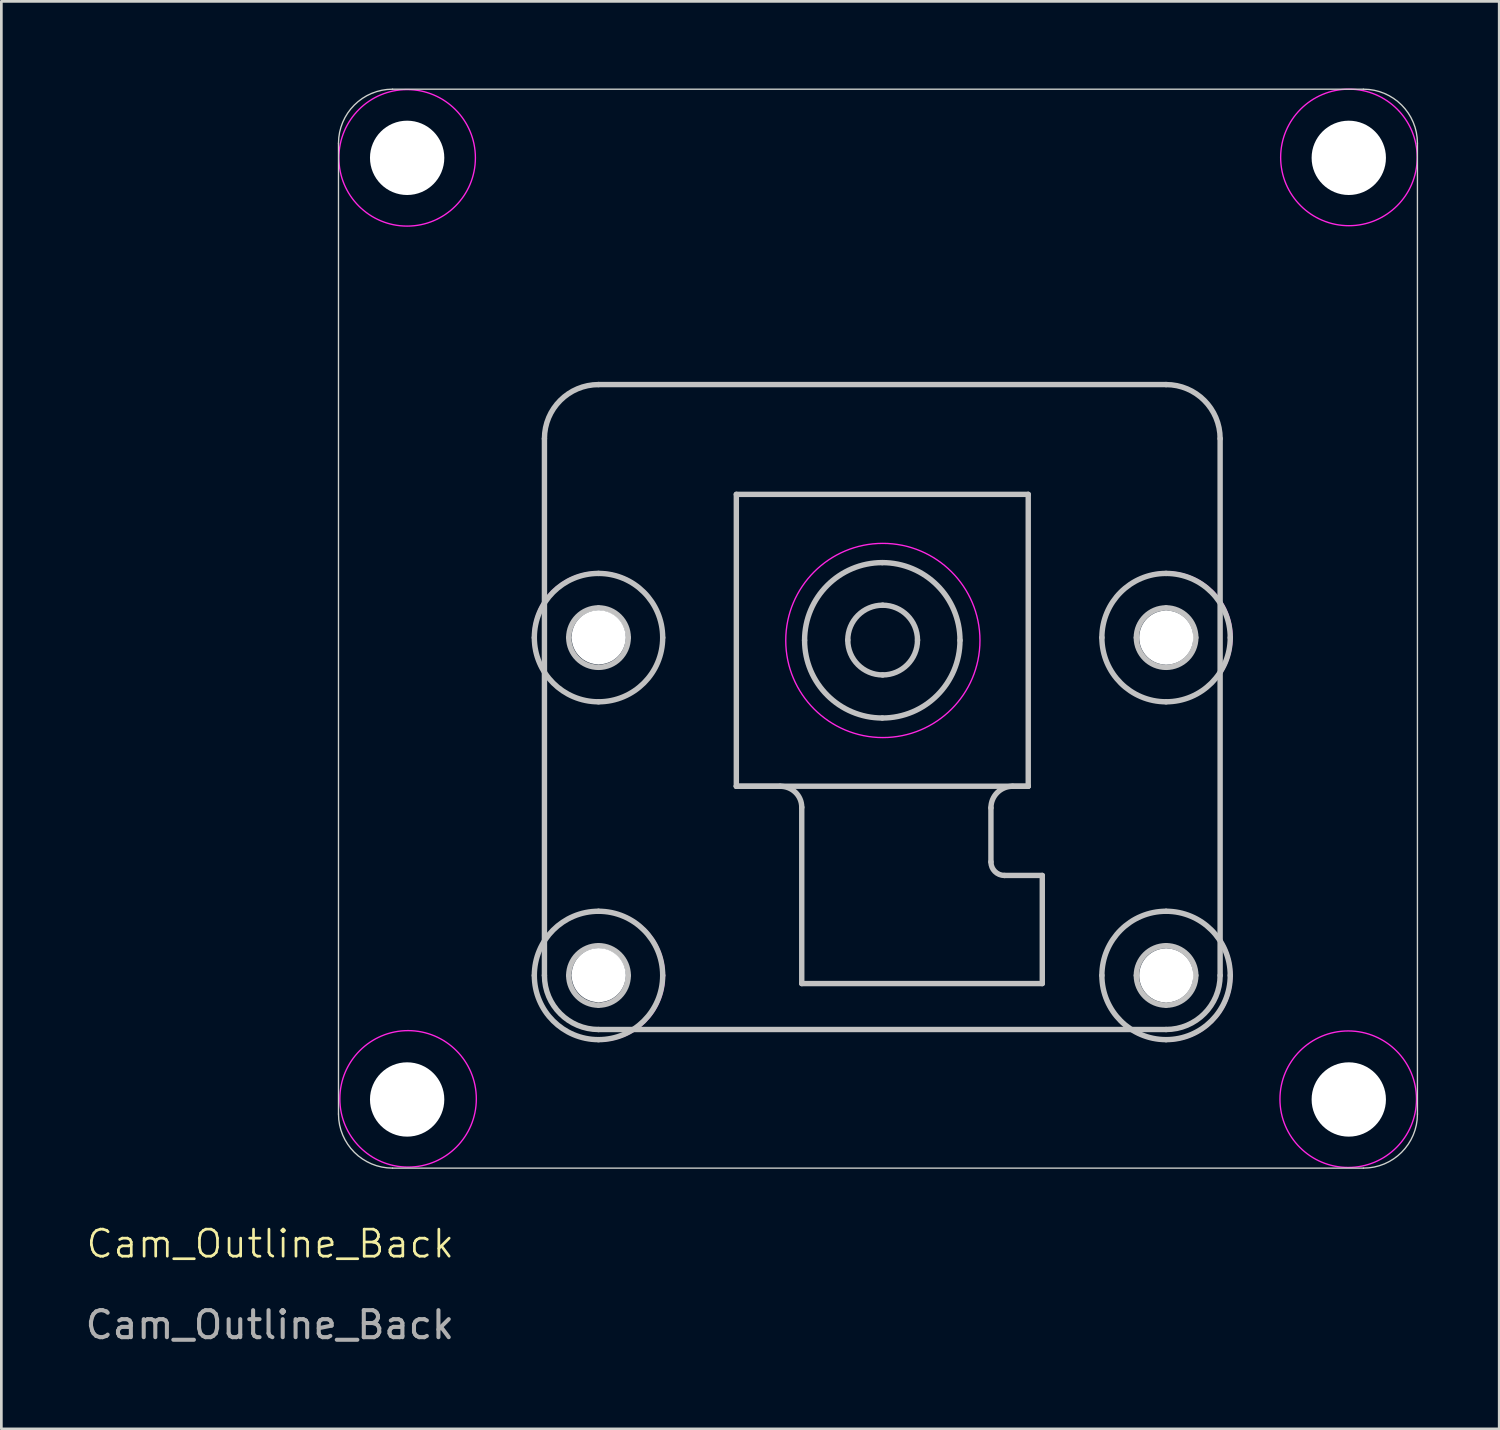
<source format=kicad_pcb>
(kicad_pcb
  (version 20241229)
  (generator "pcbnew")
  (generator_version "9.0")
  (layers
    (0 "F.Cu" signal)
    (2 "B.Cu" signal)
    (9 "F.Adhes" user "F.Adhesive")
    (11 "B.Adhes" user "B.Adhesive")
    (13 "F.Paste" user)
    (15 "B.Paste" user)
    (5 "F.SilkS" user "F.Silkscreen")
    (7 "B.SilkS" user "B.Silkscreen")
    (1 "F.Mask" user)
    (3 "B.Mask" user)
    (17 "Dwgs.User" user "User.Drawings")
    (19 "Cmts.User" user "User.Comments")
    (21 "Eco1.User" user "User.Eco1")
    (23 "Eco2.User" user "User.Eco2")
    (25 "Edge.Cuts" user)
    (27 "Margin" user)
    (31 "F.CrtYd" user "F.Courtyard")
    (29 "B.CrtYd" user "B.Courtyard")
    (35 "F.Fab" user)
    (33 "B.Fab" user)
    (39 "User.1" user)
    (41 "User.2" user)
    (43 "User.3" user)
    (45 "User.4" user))
  (footprint "Cam_Outline_Back"
    (layer "F.Cu")
    (at 9.489 0.25)
    (property "Reference" "Cam_Outline_Back" (at -2.54 42.72 0) (unlocked yes) (layer "F.SilkS") (effects (font (size 1 1) (thickness 0.1))))
    (attr smd)
    (fp_line (start 7.605 32.79) (end 7.605 12.93) (stroke (width 0.2) (type solid)) (layer "Dwgs.User"))
    (fp_line (start 9.606 10.929) (end 30.604 10.929) (stroke (width 0.2) (type solid)) (layer "Dwgs.User"))
    (fp_line (start 14.705 14.991) (end 25.505 14.991) (stroke (width 0.2) (type solid)) (layer "Dwgs.User"))
    (fp_line (start 14.705 25.791) (end 14.705 14.991) (stroke (width 0.2) (type solid)) (layer "Dwgs.User"))
    (fp_line (start 14.705 25.791) (end 16.325 25.791) (stroke (width 0.2) (type solid)) (layer "Dwgs.User"))
    (fp_line (start 17.125 26.57) (end 17.125 33.091) (stroke (width 0.2) (type solid)) (layer "Dwgs.User"))
    (fp_line (start 17.125 33.091) (end 26.025 33.091) (stroke (width 0.2) (type solid)) (layer "Dwgs.User"))
    (fp_line (start 24.125 28.591) (end 24.125 26.591) (stroke (width 0.2) (type solid)) (layer "Dwgs.User"))
    (fp_line (start 24.925 25.791) (end 25.505 25.791) (stroke (width 0.2) (type solid)) (layer "Dwgs.User"))
    (fp_line (start 25.505 14.991) (end 25.505 25.791) (stroke (width 0.2) (type solid)) (layer "Dwgs.User"))
    (fp_line (start 25.505 25.791) (end 14.705 25.791) (stroke (width 0.2) (type solid)) (layer "Dwgs.User"))
    (fp_line (start 26.025 29.091) (end 24.625 29.091) (stroke (width 0.2) (type solid)) (layer "Dwgs.User"))
    (fp_line (start 26.025 33.091) (end 26.025 29.091) (stroke (width 0.2) (type solid)) (layer "Dwgs.User"))
    (fp_line (start 30.604 34.791) (end 9.606 34.791) (stroke (width 0.2) (type solid)) (layer "Dwgs.User"))
    (fp_line (start 32.605 12.93) (end 32.605 32.79) (stroke (width 0.2) (type solid)) (layer "Dwgs.User"))
    (fp_curve (pts (xy 7.231 20.291) (xy 7.231 21.603) (xy 8.294 22.666) (xy 9.605 22.666)) (stroke (width 0.2) (type solid)) (layer "Dwgs.User"))
    (fp_curve (pts (xy 7.231 32.791) (xy 7.231 34.103) (xy 8.294 35.166) (xy 9.605 35.166)) (stroke (width 0.2) (type solid)) (layer "Dwgs.User"))
    (fp_curve (pts (xy 7.605 12.93) (xy 7.605 11.825) (xy 8.501 10.929) (xy 9.606 10.929)) (stroke (width 0.2) (type solid)) (layer "Dwgs.User"))
    (fp_curve (pts (xy 8.505 20.291) (xy 8.505 20.899) (xy 8.998 21.391) (xy 9.605 21.391)) (stroke (width 0.2) (type solid)) (layer "Dwgs.User"))
    (fp_curve (pts (xy 8.505 32.791) (xy 8.505 33.399) (xy 8.998 33.891) (xy 9.605 33.891)) (stroke (width 0.2) (type solid)) (layer "Dwgs.User"))
    (fp_curve (pts (xy 9.605 17.916) (xy 8.294 17.916) (xy 7.231 18.979) (xy 7.231 20.291)) (stroke (width 0.2) (type solid)) (layer "Dwgs.User"))
    (fp_curve (pts (xy 9.605 19.191) (xy 8.998 19.191) (xy 8.505 19.684) (xy 8.505 20.291)) (stroke (width 0.2) (type solid)) (layer "Dwgs.User"))
    (fp_curve (pts (xy 9.605 21.391) (xy 10.213 21.391) (xy 10.705 20.899) (xy 10.705 20.291)) (stroke (width 0.2) (type solid)) (layer "Dwgs.User"))
    (fp_curve (pts (xy 9.605 22.666) (xy 10.917 22.666) (xy 11.98 21.603) (xy 11.98 20.291)) (stroke (width 0.2) (type solid)) (layer "Dwgs.User"))
    (fp_curve (pts (xy 9.605 30.416) (xy 8.294 30.416) (xy 7.231 31.479) (xy 7.231 32.791)) (stroke (width 0.2) (type solid)) (layer "Dwgs.User"))
    (fp_curve (pts (xy 9.605 31.691) (xy 8.998 31.691) (xy 8.505 32.184) (xy 8.505 32.791)) (stroke (width 0.2) (type solid)) (layer "Dwgs.User"))
    (fp_curve (pts (xy 9.605 33.891) (xy 10.213 33.891) (xy 10.705 33.399) (xy 10.705 32.791)) (stroke (width 0.2) (type solid)) (layer "Dwgs.User"))
    (fp_curve (pts (xy 9.605 35.166) (xy 10.917 35.166) (xy 11.98 34.103) (xy 11.98 32.791)) (stroke (width 0.2) (type solid)) (layer "Dwgs.User"))
    (fp_curve (pts (xy 9.606 34.791) (xy 8.501 34.791) (xy 7.605 33.895) (xy 7.605 32.79)) (stroke (width 0.2) (type solid)) (layer "Dwgs.User"))
    (fp_curve (pts (xy 10.705 20.291) (xy 10.705 19.684) (xy 10.213 19.191) (xy 9.605 19.191)) (stroke (width 0.2) (type solid)) (layer "Dwgs.User"))
    (fp_curve (pts (xy 10.705 32.791) (xy 10.705 32.184) (xy 10.213 31.691) (xy 9.605 31.691)) (stroke (width 0.2) (type solid)) (layer "Dwgs.User"))
    (fp_curve (pts (xy 11.98 20.291) (xy 11.98 18.979) (xy 10.917 17.916) (xy 9.605 17.916)) (stroke (width 0.2) (type solid)) (layer "Dwgs.User"))
    (fp_curve (pts (xy 11.98 32.791) (xy 11.98 31.479) (xy 10.917 30.416) (xy 9.605 30.416)) (stroke (width 0.2) (type solid)) (layer "Dwgs.User"))
    (fp_curve (pts (xy 16.325 25.791) (xy 16.767 25.791) (xy 17.125 26.128) (xy 17.125 26.57)) (stroke (width 0.2) (type solid)) (layer "Dwgs.User"))
    (fp_curve (pts (xy 17.23 20.391) (xy 17.23 18.803) (xy 18.517 17.516) (xy 20.105 17.516)) (stroke (width 0.2) (type solid)) (layer "Dwgs.User"))
    (fp_curve (pts (xy 18.828 20.382) (xy 18.828 19.669) (xy 19.406 19.092) (xy 20.118 19.092)) (stroke (width 0.2) (type solid)) (layer "Dwgs.User"))
    (fp_curve (pts (xy 20.105 17.516) (xy 21.693 17.516) (xy 22.98 18.803) (xy 22.98 20.391)) (stroke (width 0.2) (type solid)) (layer "Dwgs.User"))
    (fp_curve (pts (xy 20.105 23.266) (xy 18.517 23.266) (xy 17.23 21.979) (xy 17.23 20.391)) (stroke (width 0.2) (type solid)) (layer "Dwgs.User"))
    (fp_curve (pts (xy 20.118 19.092) (xy 20.831 19.092) (xy 21.408 19.669) (xy 21.408 20.382)) (stroke (width 0.2) (type solid)) (layer "Dwgs.User"))
    (fp_curve (pts (xy 20.118 21.672) (xy 19.406 21.672) (xy 18.828 21.095) (xy 18.828 20.382)) (stroke (width 0.2) (type solid)) (layer "Dwgs.User"))
    (fp_curve (pts (xy 21.408 20.382) (xy 21.408 21.095) (xy 20.831 21.672) (xy 20.118 21.672)) (stroke (width 0.2) (type solid)) (layer "Dwgs.User"))
    (fp_curve (pts (xy 22.98 20.391) (xy 22.98 21.979) (xy 21.693 23.266) (xy 20.105 23.266)) (stroke (width 0.2) (type solid)) (layer "Dwgs.User"))
    (fp_curve (pts (xy 24.125 26.591) (xy 24.125 26.149) (xy 24.483 25.791) (xy 24.925 25.791)) (stroke (width 0.2) (type solid)) (layer "Dwgs.User"))
    (fp_curve (pts (xy 24.625 29.091) (xy 24.349 29.091) (xy 24.125 28.867) (xy 24.125 28.591)) (stroke (width 0.2) (type solid)) (layer "Dwgs.User"))
    (fp_curve (pts (xy 28.23 20.291) (xy 28.23 21.603) (xy 29.294 22.666) (xy 30.605 22.666)) (stroke (width 0.2) (type solid)) (layer "Dwgs.User"))
    (fp_curve (pts (xy 28.23 32.791) (xy 28.23 34.103) (xy 29.294 35.166) (xy 30.605 35.166)) (stroke (width 0.2) (type solid)) (layer "Dwgs.User"))
    (fp_curve (pts (xy 29.505 20.291) (xy 29.505 20.899) (xy 29.998 21.391) (xy 30.605 21.391)) (stroke (width 0.2) (type solid)) (layer "Dwgs.User"))
    (fp_curve (pts (xy 29.505 32.791) (xy 29.505 33.399) (xy 29.998 33.891) (xy 30.605 33.891)) (stroke (width 0.2) (type solid)) (layer "Dwgs.User"))
    (fp_curve (pts (xy 30.604 10.929) (xy 31.709 10.929) (xy 32.605 11.825) (xy 32.605 12.93)) (stroke (width 0.2) (type solid)) (layer "Dwgs.User"))
    (fp_curve (pts (xy 30.605 17.916) (xy 29.294 17.916) (xy 28.23 18.979) (xy 28.23 20.291)) (stroke (width 0.2) (type solid)) (layer "Dwgs.User"))
    (fp_curve (pts (xy 30.605 19.191) (xy 29.998 19.191) (xy 29.505 19.684) (xy 29.505 20.291)) (stroke (width 0.2) (type solid)) (layer "Dwgs.User"))
    (fp_curve (pts (xy 30.605 21.391) (xy 31.213 21.391) (xy 31.705 20.899) (xy 31.705 20.291)) (stroke (width 0.2) (type solid)) (layer "Dwgs.User"))
    (fp_curve (pts (xy 30.605 22.666) (xy 31.917 22.666) (xy 32.98 21.603) (xy 32.98 20.291)) (stroke (width 0.2) (type solid)) (layer "Dwgs.User"))
    (fp_curve (pts (xy 30.605 30.416) (xy 29.294 30.416) (xy 28.23 31.479) (xy 28.23 32.791)) (stroke (width 0.2) (type solid)) (layer "Dwgs.User"))
    (fp_curve (pts (xy 30.605 31.691) (xy 29.998 31.691) (xy 29.505 32.184) (xy 29.505 32.791)) (stroke (width 0.2) (type solid)) (layer "Dwgs.User"))
    (fp_curve (pts (xy 30.605 33.891) (xy 31.213 33.891) (xy 31.705 33.399) (xy 31.705 32.791)) (stroke (width 0.2) (type solid)) (layer "Dwgs.User"))
    (fp_curve (pts (xy 30.605 35.166) (xy 31.917 35.166) (xy 32.98 34.103) (xy 32.98 32.791)) (stroke (width 0.2) (type solid)) (layer "Dwgs.User"))
    (fp_curve (pts (xy 31.705 20.291) (xy 31.705 19.684) (xy 31.213 19.191) (xy 30.605 19.191)) (stroke (width 0.2) (type solid)) (layer "Dwgs.User"))
    (fp_curve (pts (xy 31.705 32.791) (xy 31.705 32.184) (xy 31.213 31.691) (xy 30.605 31.691)) (stroke (width 0.2) (type solid)) (layer "Dwgs.User"))
    (fp_curve (pts (xy 32.605 32.79) (xy 32.605 33.895) (xy 31.709 34.791) (xy 30.604 34.791)) (stroke (width 0.2) (type solid)) (layer "Dwgs.User"))
    (fp_curve (pts (xy 32.98 20.291) (xy 32.98 18.979) (xy 31.917 17.916) (xy 30.605 17.916)) (stroke (width 0.2) (type solid)) (layer "Dwgs.User"))
    (fp_curve (pts (xy 32.98 32.791) (xy 32.98 31.479) (xy 31.917 30.416) (xy 30.605 30.416)) (stroke (width 0.2) (type solid)) (layer "Dwgs.User"))
    (fp_line (start -0.015 37.92) (end -0.015 2) (stroke (width 0.05) (type default)) (layer "Edge.Cuts"))
    (fp_line (start 1.985 0) (end 37.905 0) (stroke (width 0.05) (type default)) (layer "Edge.Cuts"))
    (fp_line (start 37.905 39.92) (end 1.985 39.92) (stroke (width 0.05) (type default)) (layer "Edge.Cuts"))
    (fp_line (start 39.905 2) (end 39.905 37.92) (stroke (width 0.05) (type default)) (layer "Edge.Cuts"))
    (fp_arc (start -0.014612 2) (mid 0.571174 0.585786) (end 1.985388 0) (stroke (width 0.05) (type default)) (layer "Edge.Cuts"))
    (fp_arc (start 1.985388 39.92) (mid 0.571174 39.334214) (end -0.014612 37.92) (stroke (width 0.05) (type default)) (layer "Edge.Cuts"))
    (fp_arc (start 37.905388 0) (mid 39.319609 0.585782) (end 39.905388 2) (stroke (width 0.05) (type default)) (layer "Edge.Cuts"))
    (fp_arc (start 39.905388 37.92) (mid 39.319601 39.334209) (end 37.905388 39.92) (stroke (width 0.05) (type default)) (layer "Edge.Cuts"))
    (fp_circle (center 2.525 2.54) (end 3.928 4.64) (stroke (width 0.05) (type default)) (fill no) (layer "F.CrtYd"))
    (fp_circle (center 2.56 37.357) (end 3.962 39.457) (stroke (width 0.05) (type default)) (fill no) (layer "F.CrtYd"))
    (fp_circle (center 9.596 20.279) (end 10.406 17.999) (stroke (width 0.05) (type default)) (fill no) (layer "F.CrtYd"))
    (fp_circle (center 9.626 32.799) (end 10.436 30.519) (stroke (width 0.05) (type default)) (fill no) (layer "F.CrtYd"))
    (fp_circle (center 20.126 20.397) (end 20.546 16.829) (stroke (width 0.05) (type default)) (fill no) (layer "F.CrtYd"))
    (fp_circle (center 30.616 32.799) (end 31.426 30.519) (stroke (width 0.05) (type default)) (fill no) (layer "F.CrtYd"))
    (fp_circle (center 30.626 20.279) (end 31.436 17.999) (stroke (width 0.05) (type default)) (fill no) (layer "F.CrtYd"))
    (fp_circle (center 37.344 37.37) (end 38.746 39.471) (stroke (width 0.05) (type default)) (fill no) (layer "F.CrtYd"))
    (fp_circle (center 37.37 2.525) (end 38.772 4.626) (stroke (width 0.05) (type default)) (fill no) (layer "F.CrtYd"))
    (fp_text user "${REFERENCE}" (at -2.555 45.72 0) (unlocked yes) (layer "F.Fab") (effects (font (size 1 1) (thickness 0.15))))
    (pad "" np_thru_hole circle (at 2.525 2.54) (size 2.75 2.75) (drill 2.75) (layers "*.Cu" "*.Mask"))
    (pad "" np_thru_hole circle (at 2.525 37.38) (size 2.75 2.75) (drill 2.75) (layers "*.Cu" "*.Mask"))
    (pad "" np_thru_hole circle (at 9.611 20.281) (size 2 2) (drill 2) (layers "*.Cu" "*.Mask"))
    (pad "" np_thru_hole circle (at 9.611 32.781) (size 2 2) (drill 2) (layers "*.Cu" "*.Mask"))
    (pad "" np_thru_hole circle (at 30.611 20.291) (size 2 2) (drill 2) (layers "*.Cu" "*.Mask"))
    (pad "" np_thru_hole circle (at 30.611 32.791) (size 2 2) (drill 2) (layers "*.Cu" "*.Mask"))
    (pad "" np_thru_hole circle (at 37.365 2.54) (size 2.75 2.75) (drill 2.75) (layers "*.Cu" "*.Mask"))
    (pad "" np_thru_hole circle (at 37.365 37.38) (size 2.75 2.75) (drill 2.75) (layers "*.Cu" "*.Mask")))
  (gr_rect
    (start -3 -3)
    (end 52.42 49.818)
    (stroke (width 0.1) (type default))
    (fill no)
    (layer "Edge.Cuts")))
</source>
